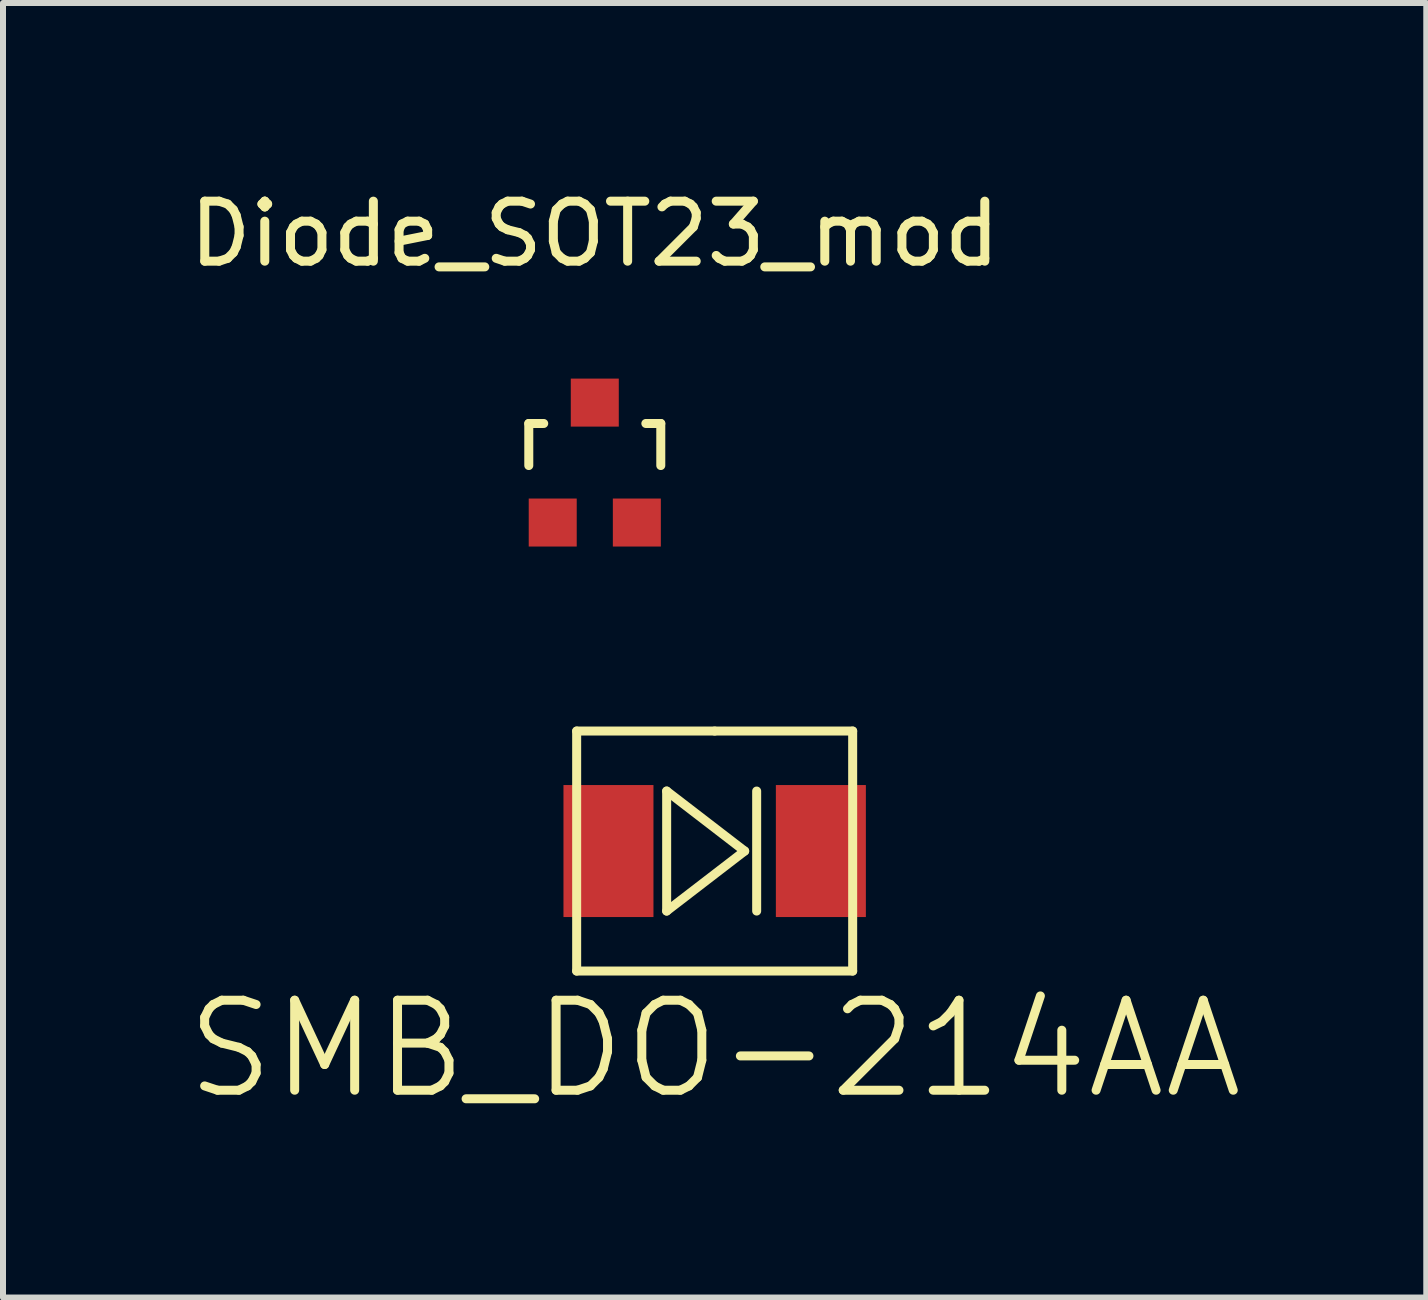
<source format=kicad_pcb>
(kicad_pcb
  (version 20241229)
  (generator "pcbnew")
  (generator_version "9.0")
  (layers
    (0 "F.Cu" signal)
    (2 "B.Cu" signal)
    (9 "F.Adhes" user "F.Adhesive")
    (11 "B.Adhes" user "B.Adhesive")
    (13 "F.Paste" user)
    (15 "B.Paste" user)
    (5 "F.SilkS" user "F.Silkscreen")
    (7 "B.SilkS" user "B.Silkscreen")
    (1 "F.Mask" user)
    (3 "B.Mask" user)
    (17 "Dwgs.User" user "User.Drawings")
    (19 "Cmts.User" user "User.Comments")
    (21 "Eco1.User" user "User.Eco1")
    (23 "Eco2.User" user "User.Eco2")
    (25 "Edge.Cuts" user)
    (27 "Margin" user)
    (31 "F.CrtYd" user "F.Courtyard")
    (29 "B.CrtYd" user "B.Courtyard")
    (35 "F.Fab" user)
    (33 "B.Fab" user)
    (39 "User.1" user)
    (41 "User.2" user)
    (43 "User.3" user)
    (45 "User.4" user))
  (footprint "Diode_SOT23_mod"
    (layer "F.Cu")
    (at 6.863 4.658)
    (property "Reference" "Diode_SOT23_mod" (at 0 -3.81 0) (layer "F.SilkS") (effects (font (size 1 1) (thickness 0.15))))
    (attr smd)
    (fp_line (start -1.1 -0.65) (end -0.851 -0.65) (stroke (width 0.15) (type solid)) (layer "F.SilkS"))
    (fp_line (start -1.1 0.051) (end -1.1 -0.65) (stroke (width 0.15) (type solid)) (layer "F.SilkS"))
    (fp_line (start 0.899 -0.65) (end 0.851 -0.65) (stroke (width 0.15) (type solid)) (layer "F.SilkS"))
    (fp_line (start 0.899 -0.65) (end 1.1 -0.65) (stroke (width 0.15) (type solid)) (layer "F.SilkS"))
    (fp_line (start 1.1 -0.65) (end 1.1 0.051) (stroke (width 0.15) (type solid)) (layer "F.SilkS"))
    (pad "1" smd rect (at -0.701 1.001) (size 0.8 0.8) (layers "F.Cu" "F.Mask" "F.Paste"))
    (pad "2" smd rect (at 0 -0.998) (size 0.8 0.8) (layers "F.Cu" "F.Mask" "F.Paste"))
    (pad "3" smd rect (at 0.701 1.001) (size 0.8 0.8) (layers "F.Cu" "F.Mask" "F.Paste")))
  (footprint "SMB_DO-214AA"
    (layer "F.Cu")
    (at 8.861 11.134)
    (property "Reference" "SMB_DO-214AA" (at 0 3.3 0) (layer "F.SilkS") (effects (font (size 1.5 1.5) (thickness 0.15))))
    (attr through_hole)
    (fp_line (start -2.3 -2) (end 0 -2) (stroke (width 0.15) (type solid)) (layer "F.SilkS"))
    (fp_line (start -2.3 2) (end -2.3 -2) (stroke (width 0.15) (type solid)) (layer "F.SilkS"))
    (fp_line (start -0.8 -1) (end -0.8 1) (stroke (width 0.15) (type solid)) (layer "F.SilkS"))
    (fp_line (start -0.8 1) (end 0.5 0) (stroke (width 0.15) (type solid)) (layer "F.SilkS"))
    (fp_line (start 0 -2) (end 2.3 -2) (stroke (width 0.15) (type solid)) (layer "F.SilkS"))
    (fp_line (start 0.5 0) (end -0.8 -1) (stroke (width 0.15) (type solid)) (layer "F.SilkS"))
    (fp_line (start 0.7 -1) (end 0.7 1) (stroke (width 0.15) (type solid)) (layer "F.SilkS"))
    (fp_line (start 2.3 -2) (end 2.3 2) (stroke (width 0.15) (type solid)) (layer "F.SilkS"))
    (fp_line (start 2.3 2) (end -2.3 2) (stroke (width 0.15) (type solid)) (layer "F.SilkS"))
    (pad "A" smd rect (at -1.77 0) (size 1.5 2.2) (layers "F.Cu" "F.Mask"))
    (pad "K" smd rect (at 1.77 0) (size 1.5 2.2) (layers "F.Cu" "F.Mask")))
  (gr_rect
    (start -3 -3)
    (end 20.721 18.575)
    (stroke (width 0.1) (type default))
    (fill no)
    (layer "Edge.Cuts")))
</source>
